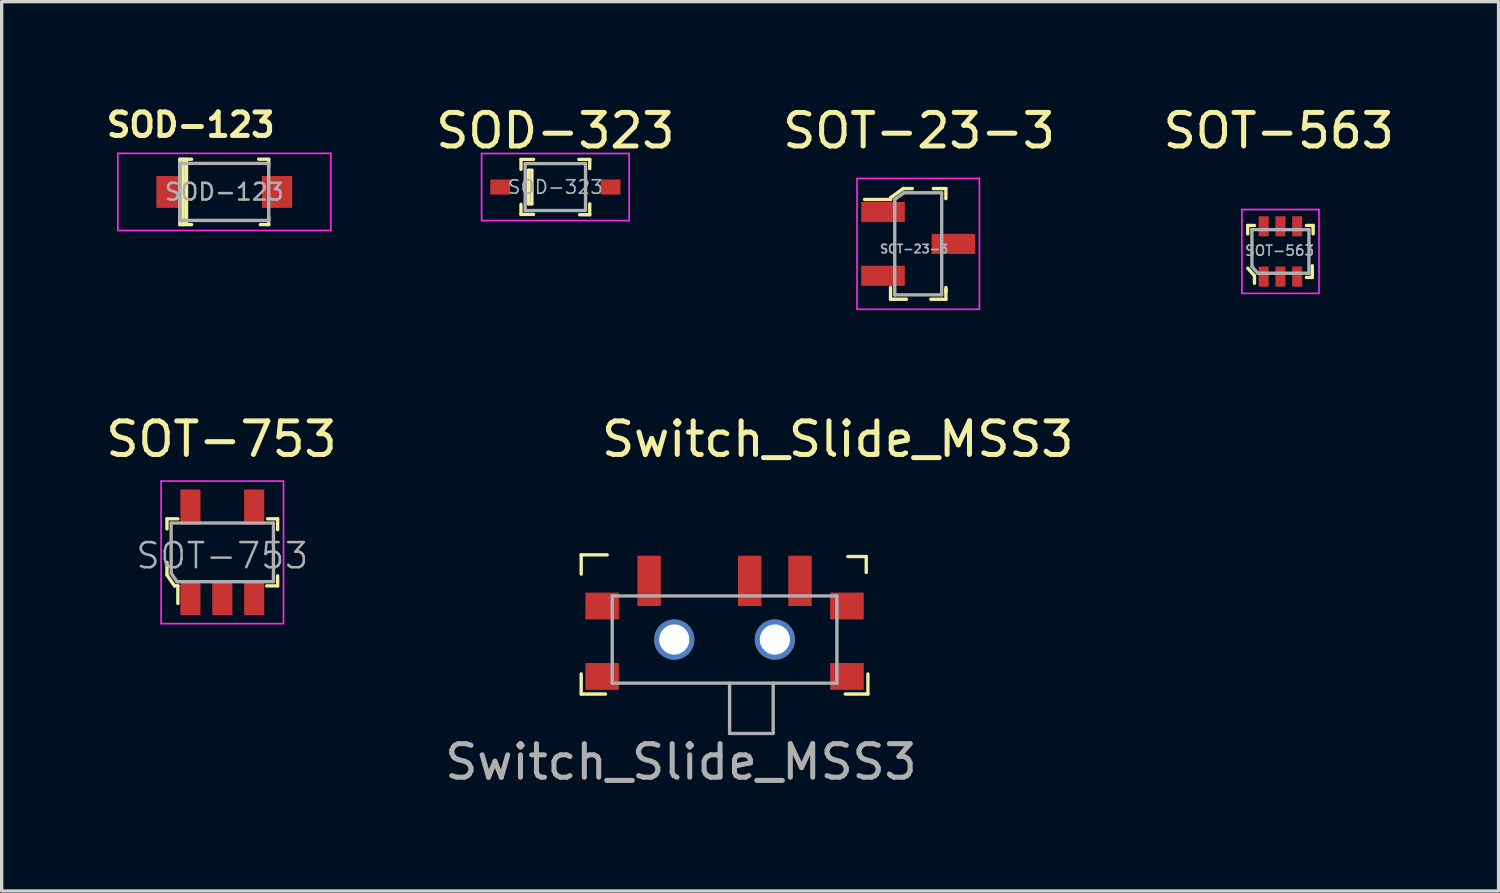
<source format=kicad_pcb>
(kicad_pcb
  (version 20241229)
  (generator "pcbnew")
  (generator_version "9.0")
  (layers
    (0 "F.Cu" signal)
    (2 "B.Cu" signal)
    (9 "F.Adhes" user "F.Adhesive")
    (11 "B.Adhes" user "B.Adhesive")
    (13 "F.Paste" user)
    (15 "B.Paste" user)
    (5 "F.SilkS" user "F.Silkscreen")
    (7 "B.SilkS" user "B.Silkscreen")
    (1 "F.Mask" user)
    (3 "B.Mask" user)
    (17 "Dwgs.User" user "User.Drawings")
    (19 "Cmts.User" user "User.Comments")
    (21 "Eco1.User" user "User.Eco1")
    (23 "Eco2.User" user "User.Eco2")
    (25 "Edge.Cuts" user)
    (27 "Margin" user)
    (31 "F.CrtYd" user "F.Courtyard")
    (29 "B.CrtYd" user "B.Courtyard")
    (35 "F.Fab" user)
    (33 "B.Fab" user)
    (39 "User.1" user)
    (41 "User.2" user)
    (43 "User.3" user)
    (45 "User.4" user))
  (footprint "SOD-123"
    (layer "F.Cu")
    (at 3.638 2.673)
    (property "Reference" "SOD-123" (at -1 -2 0) (layer "F.SilkS") (effects (font (size 0.7 0.7) (thickness 0.15))))
    (attr smd)
    (fp_line (start -1.325 -0.975) (end -1.325 0.975) (stroke (width 0.1) (type solid)) (layer "F.SilkS"))
    (fp_line (start -1.225 -0.975) (end -1.225 0.975) (stroke (width 0.1) (type solid)) (layer "F.SilkS"))
    (fp_line (start -1.125 -0.975) (end -1.125 0.975) (stroke (width 0.1) (type solid)) (layer "F.SilkS"))
    (fp_line (start -0.975 -0.975) (end -1.325 -0.975) (stroke (width 0.1) (type solid)) (layer "F.SilkS"))
    (fp_line (start -0.975 0.975) (end -1.325 0.975) (stroke (width 0.1) (type solid)) (layer "F.SilkS"))
    (fp_line (start 1.025 -0.975) (end 1.325 -0.975) (stroke (width 0.1) (type solid)) (layer "F.SilkS"))
    (fp_line (start 1.325 -0.975) (end 1.325 -0.75) (stroke (width 0.1) (type solid)) (layer "F.SilkS"))
    (fp_line (start 1.325 0.725) (end 1.325 0.975) (stroke (width 0.1) (type solid)) (layer "F.SilkS"))
    (fp_line (start 1.325 0.975) (end 1.075 0.975) (stroke (width 0.1) (type solid)) (layer "F.SilkS"))
    (fp_line (start -3.175 1.15) (end -3.175 -1.15) (stroke (width 0.05) (type solid)) (layer "F.CrtYd"))
    (fp_line (start 3.175 -1.15) (end -3.175 -1.15) (stroke (width 0.05) (type solid)) (layer "F.CrtYd"))
    (fp_line (start 3.175 -1.15) (end 3.175 1.15) (stroke (width 0.05) (type solid)) (layer "F.CrtYd"))
    (fp_line (start 3.175 1.15) (end -3.175 1.15) (stroke (width 0.05) (type solid)) (layer "F.CrtYd"))
    (fp_line (start -1.325 -0.85) (end -1.325 0.85) (stroke (width 0.1) (type solid)) (layer "F.Fab"))
    (fp_line (start -1.325 -0.85) (end 1.325 -0.85) (stroke (width 0.1) (type solid)) (layer "F.Fab"))
    (fp_line (start -1.325 0.85) (end 1.325 0.85) (stroke (width 0.1) (type solid)) (layer "F.Fab"))
    (fp_line (start 1.325 -0.85) (end 1.325 0.85) (stroke (width 0.1) (type solid)) (layer "F.Fab"))
    (fp_text user "${REFERENCE}" (at 0 0 0) (layer "F.Fab") (effects (font (size 0.5 0.5) (thickness 0.075))))
    (pad "A" smd rect (at 1.575 0) (size 0.9 0.95) (layers "F.Cu" "F.Mask" "F.Paste"))
    (pad "K" smd rect (at -1.575 0) (size 0.9 0.95) (layers "F.Cu" "F.Mask" "F.Paste")))
  (footprint "Switch_Slide_MSS3"
    (layer "F.Cu")
    (at 18.556 16.021)
    (property "Reference" "Switch_Slide_MSS3" (at 3.375 -5.975 0) (layer "F.SilkS") (effects (font (size 1 1) (thickness 0.15))))
    (attr smd)
    (fp_line (start -4.275 -2.525) (end -4.275 -1.95) (stroke (width 0.1) (type solid)) (layer "F.SilkS"))
    (fp_line (start -4.275 1.025) (end -4.275 1.625) (stroke (width 0.1) (type solid)) (layer "F.SilkS"))
    (fp_line (start -4.275 1.625) (end -3.55 1.625) (stroke (width 0.1) (type solid)) (layer "F.SilkS"))
    (fp_line (start -3.5 -2.525) (end -4.275 -2.525) (stroke (width 0.1) (type solid)) (layer "F.SilkS"))
    (fp_line (start 3.675 -2.475) (end 4.225 -2.475) (stroke (width 0.1) (type solid)) (layer "F.SilkS"))
    (fp_line (start 4.225 -2.475) (end 4.225 -2) (stroke (width 0.1) (type solid)) (layer "F.SilkS"))
    (fp_line (start 4.275 1.025) (end 4.275 1.625) (stroke (width 0.1) (type solid)) (layer "F.SilkS"))
    (fp_line (start 4.275 1.625) (end 3.6 1.625) (stroke (width 0.1) (type solid)) (layer "F.SilkS"))
    (fp_line (start -3.35 -1.3) (end -3.35 1.3) (stroke (width 0.1) (type solid)) (layer "F.Fab"))
    (fp_line (start -3.35 -1.3) (end 3.35 -1.3) (stroke (width 0.1) (type solid)) (layer "F.Fab"))
    (fp_line (start -3.35 1.3) (end 3.35 1.3) (stroke (width 0.1) (type solid)) (layer "F.Fab"))
    (fp_line (start 0.15 1.3) (end 0.15 2.8) (stroke (width 0.1) (type solid)) (layer "F.Fab"))
    (fp_line (start 0.15 2.8) (end 1.45 2.8) (stroke (width 0.1) (type solid)) (layer "F.Fab"))
    (fp_line (start 1.45 1.3) (end 1.45 2.8) (stroke (width 0.1) (type solid)) (layer "F.Fab"))
    (fp_line (start 3.35 -1.3) (end 3.35 1.3) (stroke (width 0.1) (type solid)) (layer "F.Fab"))
    (fp_text user "${REFERENCE}" (at -1.3 3.65 0) (layer "F.Fab") (effects (font (size 1 1) (thickness 0.15))))
    (pad "" thru_hole circle (at -1.5 0) (size 1.2 1.2) (drill 0.9) (layers "*.Cu" "*.Mask"))
    (pad "" thru_hole circle (at 1.5 0) (size 1.2 1.2) (drill 0.9) (layers "*.Cu" "*.Mask"))
    (pad "0" smd rect (at -3.65 -1) (size 1 0.8) (layers "F.Cu" "F.Mask" "F.Paste"))
    (pad "0" smd rect (at -3.65 1.1) (size 1 0.8) (layers "F.Cu" "F.Mask" "F.Paste"))
    (pad "0" smd rect (at 3.65 -1) (size 1 0.8) (layers "F.Cu" "F.Mask" "F.Paste"))
    (pad "0" smd rect (at 3.65 1.1) (size 1 0.8) (layers "F.Cu" "F.Mask" "F.Paste"))
    (pad "1" smd rect (at -2.25 -1.75) (size 0.7 1.5) (layers "F.Cu" "F.Mask" "F.Paste"))
    (pad "2" smd rect (at 0.75 -1.75) (size 0.7 1.5) (layers "F.Cu" "F.Mask" "F.Paste"))
    (pad "3" smd rect (at 2.25 -1.75) (size 0.7 1.5) (layers "F.Cu" "F.Mask" "F.Paste")))
  (footprint "SOD-323"
    (layer "F.Cu")
    (at 13.511 2.528)
    (property "Reference" "SOD-323" (at 0 -1.68 0) (layer "F.SilkS") (effects (font (size 1 1) (thickness 0.15))))
    (attr smd)
    (fp_line (start -1.025 -0.825) (end -1.025 -0.525) (stroke (width 0.1) (type solid)) (layer "F.SilkS"))
    (fp_line (start -1.025 0.515) (end -1.025 0.815) (stroke (width 0.1) (type solid)) (layer "F.SilkS"))
    (fp_line (start -0.8 -0.5) (end -0.8 0.5) (stroke (width 0.1) (type solid)) (layer "F.SilkS"))
    (fp_line (start -0.8 0.5) (end -0.7 0.5) (stroke (width 0.1) (type solid)) (layer "F.SilkS"))
    (fp_line (start -0.7 -0.5) (end -0.8 -0.5) (stroke (width 0.1) (type solid)) (layer "F.SilkS"))
    (fp_line (start -0.7 0.5) (end -0.7 -0.5) (stroke (width 0.1) (type solid)) (layer "F.SilkS"))
    (fp_line (start -0.65 -0.825) (end -1.025 -0.825) (stroke (width 0.1) (type solid)) (layer "F.SilkS"))
    (fp_line (start -0.65 0.815) (end -1.025 0.815) (stroke (width 0.1) (type solid)) (layer "F.SilkS"))
    (fp_line (start 0.7 -0.825) (end 1.025 -0.825) (stroke (width 0.1) (type solid)) (layer "F.SilkS"))
    (fp_line (start 1.025 -0.825) (end 1.025 -0.55) (stroke (width 0.1) (type solid)) (layer "F.SilkS"))
    (fp_line (start 1.025 0.5) (end 1.025 0.825) (stroke (width 0.1) (type solid)) (layer "F.SilkS"))
    (fp_line (start 1.025 0.825) (end 0.725 0.825) (stroke (width 0.1) (type solid)) (layer "F.SilkS"))
    (fp_line (start -2.2 -1) (end 2.2 -1) (stroke (width 0.05) (type solid)) (layer "F.CrtYd"))
    (fp_line (start -2.2 1) (end -2.2 -1) (stroke (width 0.05) (type solid)) (layer "F.CrtYd"))
    (fp_line (start 2.2 -1) (end 2.2 1) (stroke (width 0.05) (type solid)) (layer "F.CrtYd"))
    (fp_line (start 2.2 1) (end -2.2 1) (stroke (width 0.05) (type solid)) (layer "F.CrtYd"))
    (fp_line (start -0.9 0.7) (end -0.9 -0.7) (stroke (width 0.1) (type solid)) (layer "F.Fab"))
    (fp_line (start -0.9 0.7) (end 0.9 0.7) (stroke (width 0.1) (type solid)) (layer "F.Fab"))
    (fp_line (start 0.9 -0.7) (end -0.9 -0.7) (stroke (width 0.1) (type solid)) (layer "F.Fab"))
    (fp_line (start 0.9 -0.7) (end 0.9 0.7) (stroke (width 0.1) (type solid)) (layer "F.Fab"))
    (fp_text user "${REFERENCE}" (at 0 0 0) (layer "F.Fab") (effects (font (size 0.4 0.4) (thickness 0.05))))
    (pad "A" smd rect (at 1.645 0) (size 0.59 0.45) (layers "F.Cu" "F.Mask" "F.Paste"))
    (pad "K" smd rect (at -1.645 0) (size 0.59 0.45) (layers "F.Cu" "F.Mask" "F.Paste")))
  (footprint "SOT-23-3"
    (layer "F.Cu")
    (at 24.331 4.223)
    (property "Reference" "SOT-23-3" (at 0.025 -3.375 0) (layer "F.SilkS") (effects (font (size 1 1) (thickness 0.15))))
    (attr smd)
    (fp_line (start -0.825 -1.375) (end -0.825 -1.325) (stroke (width 0.1) (type solid)) (layer "F.SilkS"))
    (fp_line (start -0.825 -1.325) (end -1.6 -1.325) (stroke (width 0.1) (type solid)) (layer "F.SilkS"))
    (fp_line (start -0.825 1.65) (end -0.825 1.3) (stroke (width 0.1) (type solid)) (layer "F.SilkS"))
    (fp_line (start -0.45 -1.65) (end -0.825 -1.375) (stroke (width 0.1) (type solid)) (layer "F.SilkS"))
    (fp_line (start -0.35 1.65) (end -0.825 1.65) (stroke (width 0.1) (type solid)) (layer "F.SilkS"))
    (fp_line (start -0.175 -1.65) (end -0.45 -1.65) (stroke (width 0.1) (type solid)) (layer "F.SilkS"))
    (fp_line (start 0.45 -1.65) (end 0.825 -1.65) (stroke (width 0.1) (type solid)) (layer "F.SilkS"))
    (fp_line (start 0.825 -1.65) (end 0.825 -1.35) (stroke (width 0.1) (type solid)) (layer "F.SilkS"))
    (fp_line (start 0.825 1.35) (end 0.825 1.65) (stroke (width 0.1) (type solid)) (layer "F.SilkS"))
    (fp_line (start 0.825 1.425) (end 0.825 1.3) (stroke (width 0.1) (type solid)) (layer "F.SilkS"))
    (fp_line (start 0.825 1.65) (end 0.375 1.65) (stroke (width 0.1) (type solid)) (layer "F.SilkS"))
    (fp_line (start -1.825 -1.95) (end -1.825 1.95) (stroke (width 0.05) (type solid)) (layer "F.CrtYd"))
    (fp_line (start -1.825 -1.95) (end 1.825 -1.95) (stroke (width 0.05) (type solid)) (layer "F.CrtYd"))
    (fp_line (start 1.825 -1.95) (end 1.825 1.95) (stroke (width 0.05) (type solid)) (layer "F.CrtYd"))
    (fp_line (start 1.825 1.95) (end -1.825 1.95) (stroke (width 0.05) (type solid)) (layer "F.CrtYd"))
    (fp_line (start -0.7 -1.325) (end -0.7 1.525) (stroke (width 0.1) (type solid)) (layer "F.Fab"))
    (fp_line (start -0.7 1.52) (end 0.7 1.52) (stroke (width 0.1) (type solid)) (layer "F.Fab"))
    (fp_line (start -0.425 -1.525) (end -0.7 -1.325) (stroke (width 0.1) (type solid)) (layer "F.Fab"))
    (fp_line (start -0.425 -1.525) (end 0.7 -1.525) (stroke (width 0.1) (type solid)) (layer "F.Fab"))
    (fp_line (start 0.7 1.52) (end 0.7 -1.52) (stroke (width 0.1) (type solid)) (layer "F.Fab"))
    (fp_text user "${REFERENCE}" (at -0.125 0.15 0) (layer "F.Fab") (effects (font (size 0.25 0.25) (thickness 0.05))))
    (pad "1" smd rect (at -1.05 -0.95) (size 1.3 0.6) (layers "F.Cu" "F.Mask" "F.Paste"))
    (pad "2" smd rect (at -1.05 0.95) (size 1.3 0.6) (layers "F.Cu" "F.Mask" "F.Paste"))
    (pad "3" smd rect (at 1.05 0) (size 1.3 0.6) (layers "F.Cu" "F.Mask" "F.Paste")))
  (footprint "SOT-753"
    (layer "F.Cu")
    (at 3.579 13.421)
    (property "Reference" "SOT-753" (at -0.025 -3.375 0) (layer "F.SilkS") (effects (font (size 1 1) (thickness 0.15))))
    (attr smd)
    (fp_line (start -1.65 -1) (end -1.65 -0.7) (stroke (width 0.1) (type solid)) (layer "F.SilkS"))
    (fp_line (start -1.65 0.675) (end -1.65 0.3) (stroke (width 0.1) (type solid)) (layer "F.SilkS"))
    (fp_line (start -1.65 0.675) (end -1.425 1) (stroke (width 0.1) (type solid)) (layer "F.SilkS"))
    (fp_line (start -1.425 1) (end -1.325 1) (stroke (width 0.1) (type solid)) (layer "F.SilkS"))
    (fp_line (start -1.325 -1) (end -1.65 -1) (stroke (width 0.1) (type solid)) (layer "F.SilkS"))
    (fp_line (start -1.325 1) (end -1.325 1.525) (stroke (width 0.1) (type solid)) (layer "F.SilkS"))
    (fp_line (start 1.325 1) (end 1.65 1) (stroke (width 0.1) (type solid)) (layer "F.SilkS"))
    (fp_line (start 1.35 -1) (end 1.65 -1) (stroke (width 0.1) (type solid)) (layer "F.SilkS"))
    (fp_line (start 1.65 -1) (end 1.65 -0.675) (stroke (width 0.1) (type solid)) (layer "F.SilkS"))
    (fp_line (start 1.65 1) (end 1.65 0.7) (stroke (width 0.1) (type solid)) (layer "F.SilkS"))
    (fp_line (start -1.825 -2.125) (end 1.825 -2.125) (stroke (width 0.05) (type solid)) (layer "F.CrtYd"))
    (fp_line (start -1.825 2.125) (end -1.825 -2.125) (stroke (width 0.05) (type solid)) (layer "F.CrtYd"))
    (fp_line (start 1.825 -2.125) (end 1.825 2.125) (stroke (width 0.05) (type solid)) (layer "F.CrtYd"))
    (fp_line (start 1.825 2.125) (end -1.825 2.125) (stroke (width 0.05) (type solid)) (layer "F.CrtYd"))
    (fp_line (start -1.525 -0.875) (end 1.525 -0.875) (stroke (width 0.1) (type solid)) (layer "F.Fab"))
    (fp_line (start -1.525 0.625) (end -1.525 -0.875) (stroke (width 0.1) (type solid)) (layer "F.Fab"))
    (fp_line (start -1.525 0.625) (end -1.35 0.875) (stroke (width 0.1) (type solid)) (layer "F.Fab"))
    (fp_line (start -1.35 0.875) (end 1.525 0.875) (stroke (width 0.1) (type solid)) (layer "F.Fab"))
    (fp_line (start 1.525 -0.875) (end 1.525 0.875) (stroke (width 0.1) (type solid)) (layer "F.Fab"))
    (fp_text user "${REFERENCE}" (at 0 0.1 0) (layer "F.Fab") (effects (font (size 0.75 0.75) (thickness 0.075))))
    (pad "1" smd rect (at -0.95 1.35) (size 0.6 1.05) (layers "F.Cu" "F.Mask" "F.Paste"))
    (pad "2" smd rect (at 0 1.35) (size 0.6 1.05) (layers "F.Cu" "F.Mask" "F.Paste"))
    (pad "3" smd rect (at 0.95 1.35) (size 0.6 1.05) (layers "F.Cu" "F.Mask" "F.Paste"))
    (pad "4" smd rect (at 0.95 -1.35) (size 0.6 1.05) (layers "F.Cu" "F.Mask" "F.Paste"))
    (pad "5" smd rect (at -0.95 -1.35) (size 0.6 1.05) (layers "F.Cu" "F.Mask" "F.Paste")))
  (footprint "SOT-563"
    (layer "F.Cu")
    (at 35.132 4.448)
    (property "Reference" "SOT-563" (at -0.05 -3.6 0) (layer "F.SilkS") (effects (font (size 1 1) (thickness 0.15))))
    (attr smd)
    (fp_line (start -0.975 -0.775) (end -0.975 -0.525) (stroke (width 0.1) (type solid)) (layer "F.SilkS"))
    (fp_line (start -0.975 -0.775) (end -0.775 -0.775) (stroke (width 0.1) (type solid)) (layer "F.SilkS"))
    (fp_line (start -0.975 0.5) (end -0.775 0.725) (stroke (width 0.1) (type solid)) (layer "F.SilkS"))
    (fp_line (start -0.775 0.725) (end -0.775 0.95) (stroke (width 0.1) (type solid)) (layer "F.SilkS"))
    (fp_line (start 0.775 -0.775) (end 0.975 -0.775) (stroke (width 0.1) (type solid)) (layer "F.SilkS"))
    (fp_line (start 0.775 0.775) (end 0.95 0.775) (stroke (width 0.1) (type solid)) (layer "F.SilkS"))
    (fp_line (start 0.95 0.775) (end 0.95 0.425) (stroke (width 0.1) (type solid)) (layer "F.SilkS"))
    (fp_line (start 0.975 -0.775) (end 0.975 -0.525) (stroke (width 0.1) (type solid)) (layer "F.SilkS"))
    (fp_line (start -1.15 -1.25) (end 1.15 -1.25) (stroke (width 0.05) (type solid)) (layer "F.CrtYd"))
    (fp_line (start -1.15 1.25) (end -1.15 -1.25) (stroke (width 0.05) (type solid)) (layer "F.CrtYd"))
    (fp_line (start 1.15 -1.25) (end 1.15 1.25) (stroke (width 0.05) (type solid)) (layer "F.CrtYd"))
    (fp_line (start 1.15 1.25) (end -1.15 1.25) (stroke (width 0.05) (type solid)) (layer "F.CrtYd"))
    (fp_line (start -0.85 -0.65) (end 0.85 -0.65) (stroke (width 0.1) (type solid)) (layer "F.Fab"))
    (fp_line (start -0.85 0.45) (end -0.85 -0.65) (stroke (width 0.1) (type solid)) (layer "F.Fab"))
    (fp_line (start -0.85 0.45) (end -0.675 0.65) (stroke (width 0.1) (type solid)) (layer "F.Fab"))
    (fp_line (start -0.675 0.65) (end 0.85 0.65) (stroke (width 0.1) (type solid)) (layer "F.Fab"))
    (fp_line (start 0.85 -0.65) (end 0.85 0.65) (stroke (width 0.1) (type solid)) (layer "F.Fab"))
    (fp_text user "${REFERENCE}" (at -0.025 -0.025 0) (layer "F.Fab") (effects (font (size 0.3 0.3) (thickness 0.05))))
    (pad "1" smd rect (at -0.5 0.75) (size 0.3 0.6) (layers "F.Cu" "F.Mask" "F.Paste"))
    (pad "2" smd rect (at 0 0.75) (size 0.3 0.6) (layers "F.Cu" "F.Mask" "F.Paste"))
    (pad "3" smd rect (at 0.5 0.75) (size 0.3 0.6) (layers "F.Cu" "F.Mask" "F.Paste"))
    (pad "4" smd rect (at 0.5 -0.75) (size 0.3 0.6) (layers "F.Cu" "F.Mask" "F.Paste"))
    (pad "5" smd rect (at 0 -0.75) (size 0.3 0.6) (layers "F.Cu" "F.Mask" "F.Paste"))
    (pad "6" smd rect (at -0.5 -0.75) (size 0.3 0.6) (layers "F.Cu" "F.Mask" "F.Paste")))
  (gr_rect
    (start -3 -3)
    (end 41.636 23.52)
    (stroke (width 0.1) (type default))
    (fill no)
    (layer "Edge.Cuts")))
</source>
